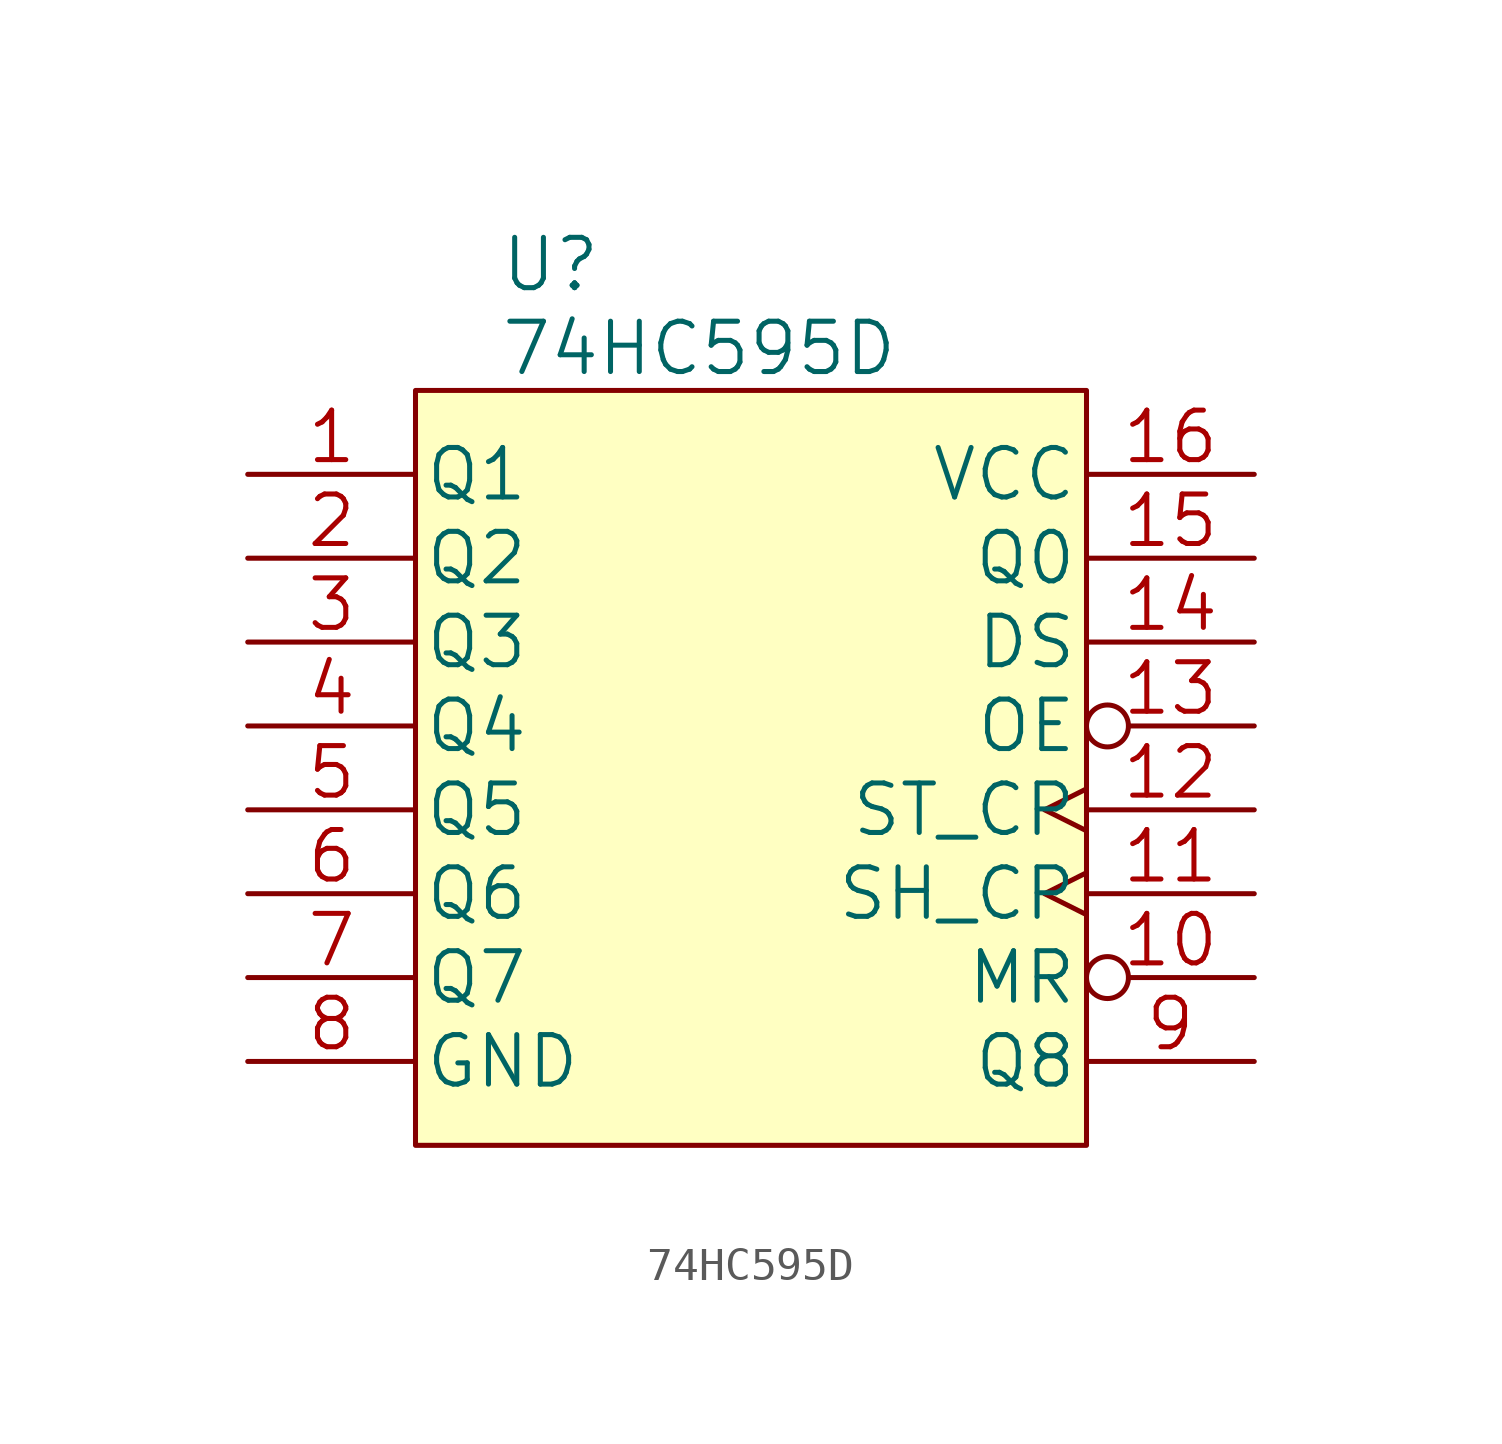
<source format=kicad_sym>
(kicad_symbol_lib
  (version 20211014)
  (generator kicad_symbol_editor)
  (symbol "74HC595D"
    (pin_names
      (offset 0.254))
    (property "Reference" "U"
      (at -7.62 15.24 0)
      (effects (font (size 1.524 1.524)) (justify left)))
    (property "Value" "74HC595D"
      (at -7.62 12.7 0)
      (effects (font (size 1.524 1.524)) (justify left)))
    (symbol "74HC595D_0_0"
      (rectangle (start -10.16 11.43) (end 10.16 -11.43) (stroke (width 0) (type default) (color 0 0 0 0)) (fill (type background))))
    (symbol "74HC595D_1_1"
      (pin output line (at -15.24 8.89 0) (length 5.08) (name "Q1" (effects (font (size 1.499 1.499)))) (number "1" (effects (font (size 1.499 1.499)))))
      (pin input inverted (at 15.24 -6.35 180) (length 5.08) (name "MR" (effects (font (size 1.499 1.499)))) (number "10" (effects (font (size 1.499 1.499)))))
      (pin input clock (at 15.24 -3.81 180) (length 5.08) (name "SH_CP" (effects (font (size 1.499 1.499)))) (number "11" (effects (font (size 1.499 1.499)))))
      (pin input clock (at 15.24 -1.27 180) (length 5.08) (name "ST_CP" (effects (font (size 1.499 1.499)))) (number "12" (effects (font (size 1.499 1.499)))))
      (pin output inverted (at 15.24 1.27 180) (length 5.08) (name "OE" (effects (font (size 1.499 1.499)))) (number "13" (effects (font (size 1.499 1.499)))))
      (pin input line (at 15.24 3.81 180) (length 5.08) (name "DS" (effects (font (size 1.499 1.499)))) (number "14" (effects (font (size 1.499 1.499)))))
      (pin output line (at 15.24 6.35 180) (length 5.08) (name "Q0" (effects (font (size 1.499 1.499)))) (number "15" (effects (font (size 1.499 1.499)))))
      (pin power_in line (at 15.24 8.89 180) (length 5.08) (name "VCC" (effects (font (size 1.499 1.499)))) (number "16" (effects (font (size 1.499 1.499)))))
      (pin output line (at -15.24 6.35 0) (length 5.08) (name "Q2" (effects (font (size 1.499 1.499)))) (number "2" (effects (font (size 1.499 1.499)))))
      (pin output line (at -15.24 3.81 0) (length 5.08) (name "Q3" (effects (font (size 1.499 1.499)))) (number "3" (effects (font (size 1.499 1.499)))))
      (pin output line (at -15.24 1.27 0) (length 5.08) (name "Q4" (effects (font (size 1.499 1.499)))) (number "4" (effects (font (size 1.499 1.499)))))
      (pin output line (at -15.24 -1.27 0) (length 5.08) (name "Q5" (effects (font (size 1.499 1.499)))) (number "5" (effects (font (size 1.499 1.499)))))
      (pin output line (at -15.24 -3.81 0) (length 5.08) (name "Q6" (effects (font (size 1.499 1.499)))) (number "6" (effects (font (size 1.499 1.499)))))
      (pin output line (at -15.24 -6.35 0) (length 5.08) (name "Q7" (effects (font (size 1.499 1.499)))) (number "7" (effects (font (size 1.499 1.499)))))
      (pin power_in line (at -15.24 -8.89 0) (length 5.08) (name "GND" (effects (font (size 1.499 1.499)))) (number "8" (effects (font (size 1.499 1.499)))))
      (pin output line (at 15.24 -8.89 180) (length 5.08) (name "Q8" (effects (font (size 1.499 1.499)))) (number "9" (effects (font (size 1.499 1.499))))))))
</source>
